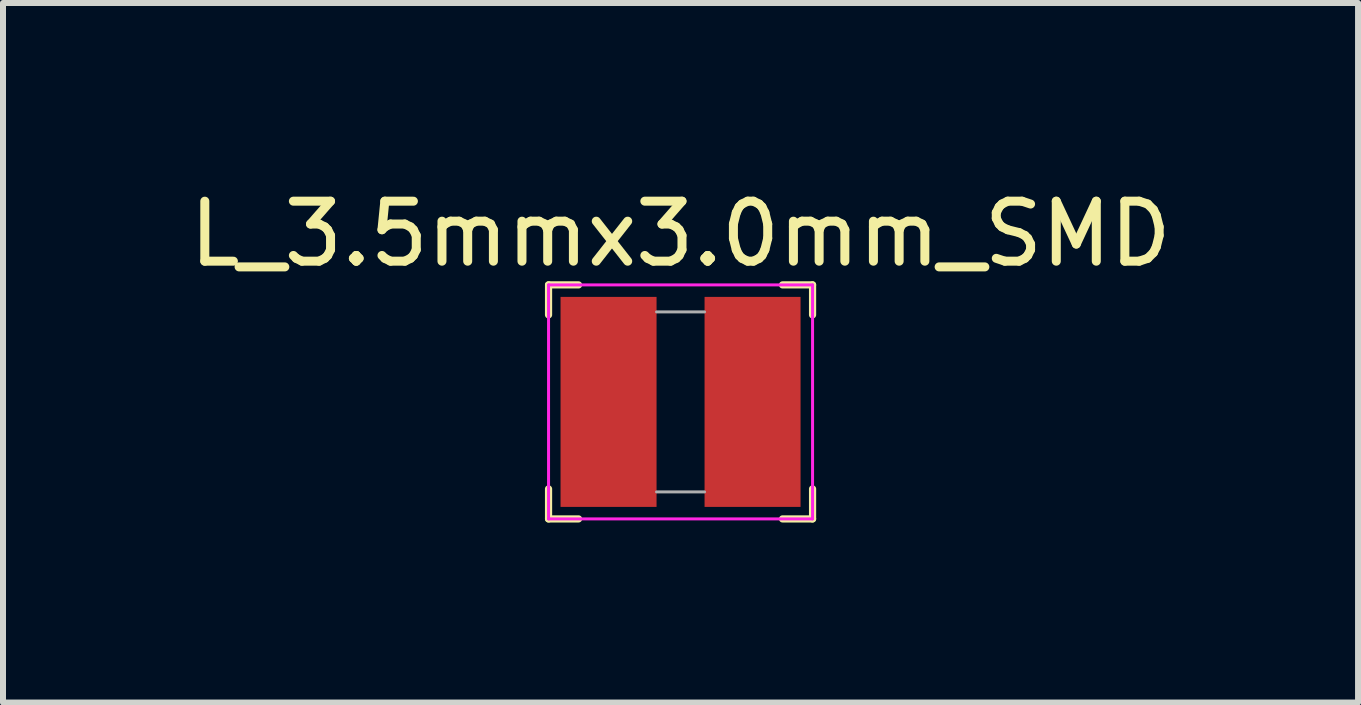
<source format=kicad_pcb>
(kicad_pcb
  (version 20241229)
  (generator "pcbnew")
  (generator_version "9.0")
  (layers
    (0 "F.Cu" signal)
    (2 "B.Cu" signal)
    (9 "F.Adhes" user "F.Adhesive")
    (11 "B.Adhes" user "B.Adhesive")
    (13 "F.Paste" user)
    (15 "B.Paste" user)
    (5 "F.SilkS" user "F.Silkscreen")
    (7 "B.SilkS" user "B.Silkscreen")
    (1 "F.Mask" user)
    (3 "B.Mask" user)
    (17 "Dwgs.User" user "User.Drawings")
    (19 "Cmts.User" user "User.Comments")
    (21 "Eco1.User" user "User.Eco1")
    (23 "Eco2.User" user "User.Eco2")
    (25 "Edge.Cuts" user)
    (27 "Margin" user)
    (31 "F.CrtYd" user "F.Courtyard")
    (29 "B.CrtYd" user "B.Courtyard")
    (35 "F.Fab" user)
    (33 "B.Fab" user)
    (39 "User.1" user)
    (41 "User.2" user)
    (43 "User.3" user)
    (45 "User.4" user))
  (footprint "L_3.5mmx3.0mm_SMD"
    (layer "F.Cu")
    (at 8.292 3.648)
    (property "Reference" "L_3.5mmx3.0mm_SMD" (at 0 -2.8 180) (layer "F.SilkS") (effects (font (size 1 1) (thickness 0.15))))
    (attr through_hole)
    (fp_line (start -2.2 -1.95) (end -2.2 -1.45) (stroke (width 0.12) (type solid)) (layer "F.SilkS"))
    (fp_line (start -2.2 -1.95) (end -1.7 -1.95) (stroke (width 0.12) (type solid)) (layer "F.SilkS"))
    (fp_line (start -2.2 1.95) (end -2.2 1.45) (stroke (width 0.12) (type solid)) (layer "F.SilkS"))
    (fp_line (start -2.2 1.95) (end -1.7 1.95) (stroke (width 0.12) (type solid)) (layer "F.SilkS"))
    (fp_line (start 2.2 -1.95) (end 1.7 -1.95) (stroke (width 0.12) (type solid)) (layer "F.SilkS"))
    (fp_line (start 2.2 -1.95) (end 2.2 -1.45) (stroke (width 0.12) (type solid)) (layer "F.SilkS"))
    (fp_line (start 2.2 1.95) (end 1.7 1.95) (stroke (width 0.12) (type solid)) (layer "F.SilkS"))
    (fp_line (start 2.2 1.95) (end 2.2 1.45) (stroke (width 0.12) (type solid)) (layer "F.SilkS"))
    (fp_line (start -2.2 -1.95) (end 2.2 -1.95) (stroke (width 0.05) (type solid)) (layer "F.CrtYd"))
    (fp_line (start -2.2 1.95) (end -2.2 -1.95) (stroke (width 0.05) (type solid)) (layer "F.CrtYd"))
    (fp_line (start 2.2 -1.95) (end 2.2 1.95) (stroke (width 0.05) (type solid)) (layer "F.CrtYd"))
    (fp_line (start 2.2 1.95) (end -2.2 1.95) (stroke (width 0.05) (type solid)) (layer "F.CrtYd"))
    (fp_line (start -0.4 -1.5) (end 0.4 -1.5) (stroke (width 0.05) (type solid)) (layer "F.Fab"))
    (fp_line (start -0.4 1.5) (end 0.4 1.5) (stroke (width 0.05) (type solid)) (layer "F.Fab"))
    (pad "1" smd rect (at -1.2 0 90) (size 3.5 1.6) (layers "F.Cu" "F.Mask" "F.Paste"))
    (pad "2" smd rect (at 1.2 0 90) (size 3.5 1.6) (layers "F.Cu" "F.Mask" "F.Paste")))
  (gr_rect
    (start -3 -3)
    (end 19.583 8.658)
    (stroke (width 0.1) (type default))
    (fill no)
    (layer "Edge.Cuts")))
</source>
